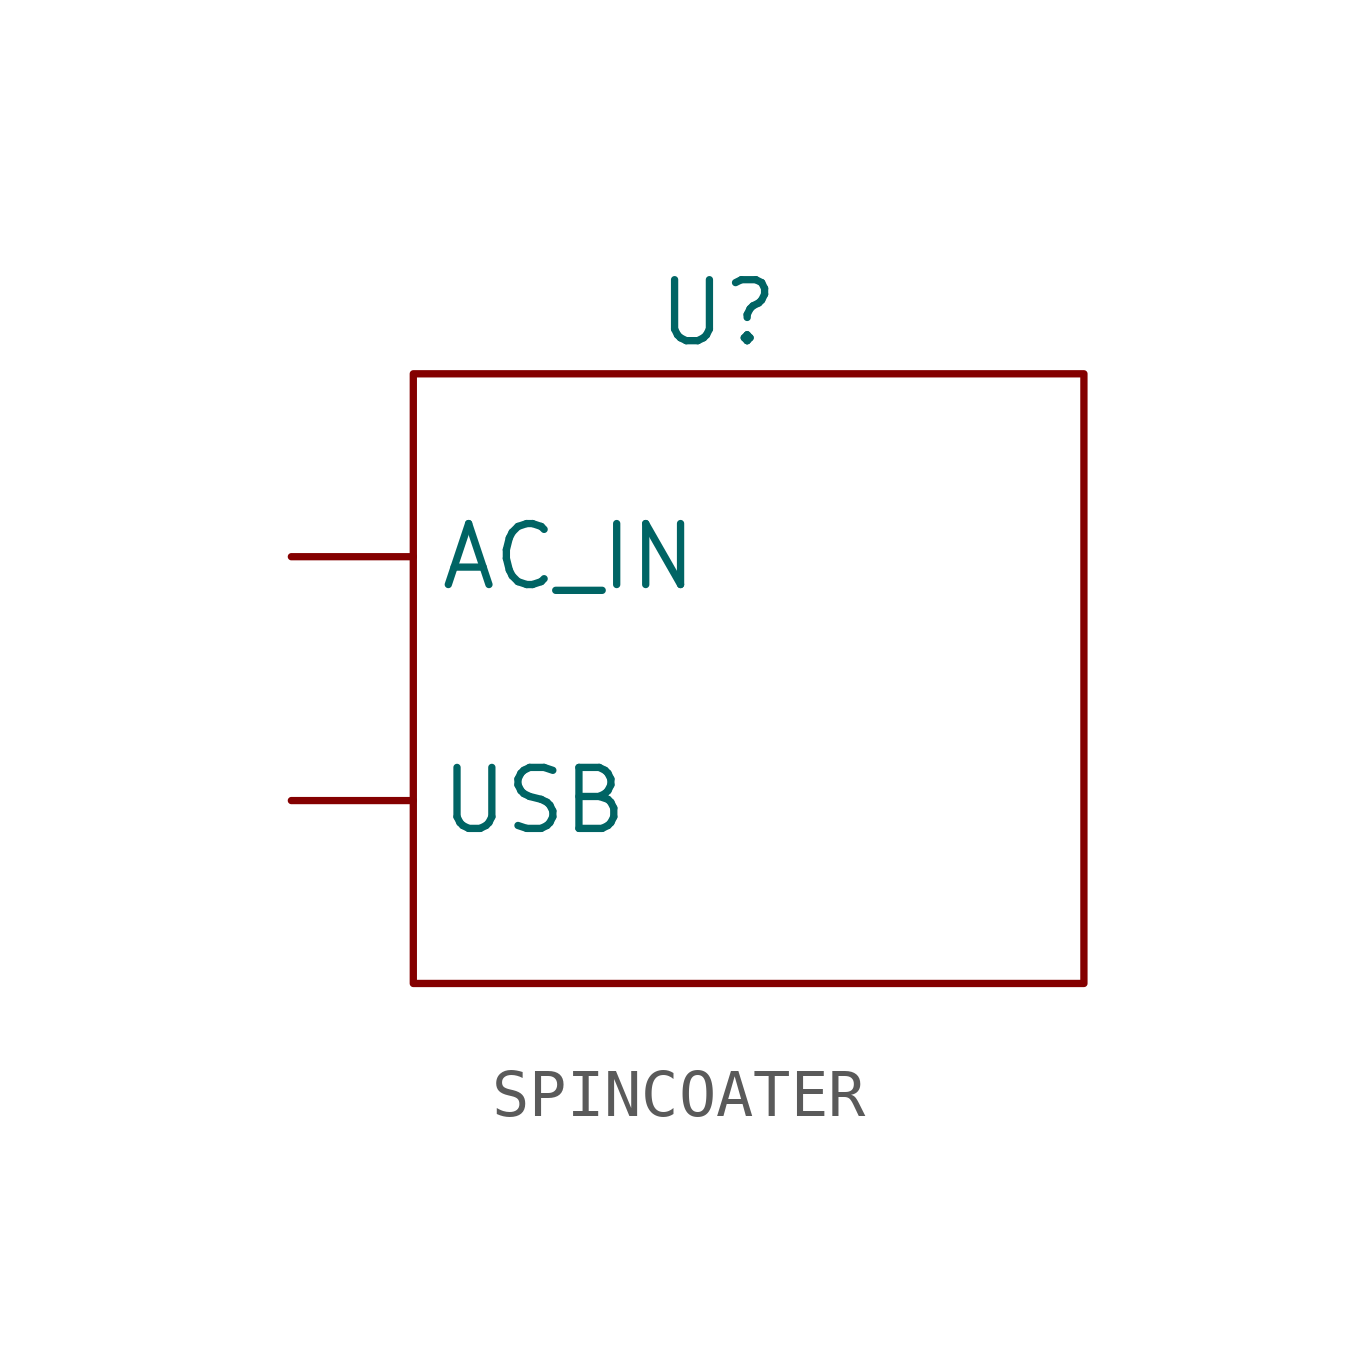
<source format=kicad_sym>
(kicad_symbol_lib
  (version 20231120)
  (generator "kicad_symbol_editor")
  (generator_version "8.0")
  (symbol "SPINCOATER"
    (property "Reference" "U"
      (at 0 0 0)
      (effects (font (size 1.27 1.27))))
    (property "Value" ""
      (at 0 0 0)
      (effects (font (size 1.27 1.27))))
    (symbol "SPINCOATER_0_1"
      (rectangle (start -6.35 -1.27) (end 7.62 -13.97) (stroke (width 0) (type default)) (fill (type none))))
    (symbol "SPINCOATER_1_1"
      (pin input line (at -8.89 -5.08 0) (length 2.54) (name "AC_IN" (effects (font (size 1.27 1.27)))) (number "" (effects (font (size 1.27 1.27)))))
      (pin input line (at -8.89 -10.16 0) (length 2.54) (name "USB" (effects (font (size 1.27 1.27)))) (number "" (effects (font (size 1.27 1.27))))))))
</source>
